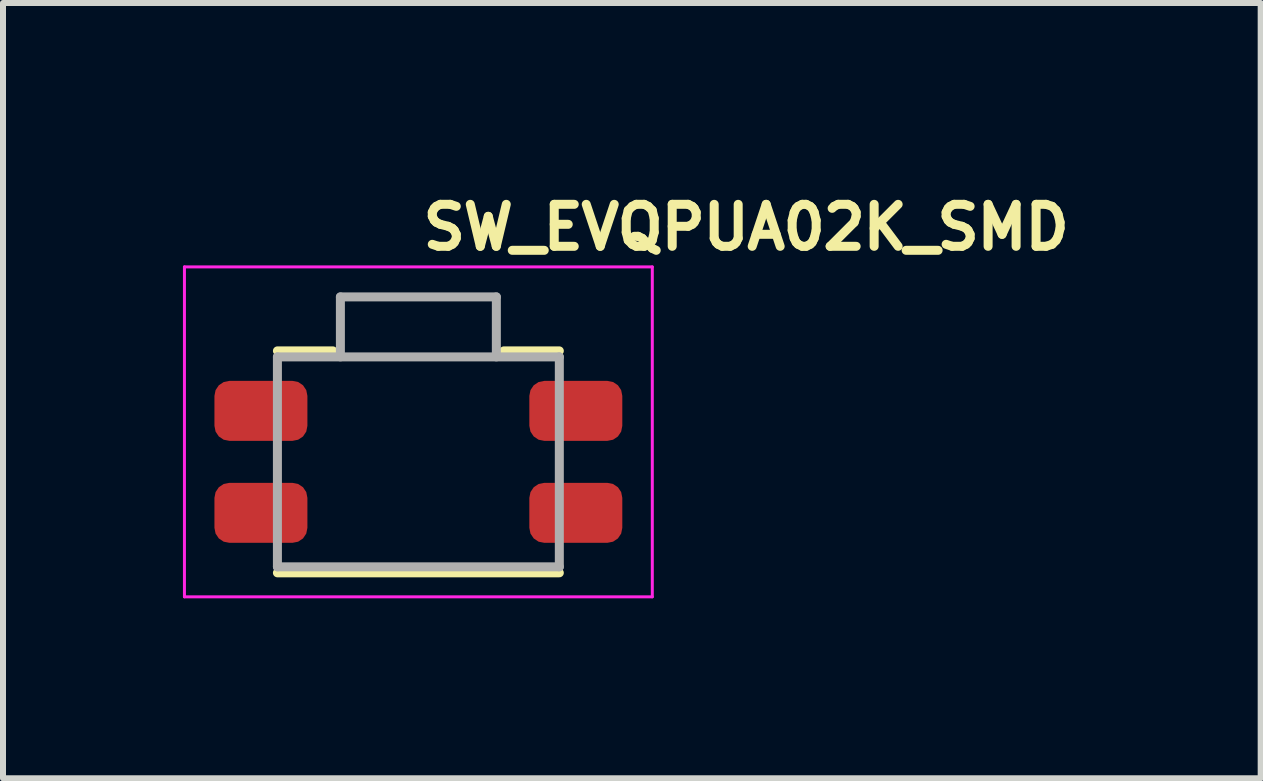
<source format=kicad_pcb>
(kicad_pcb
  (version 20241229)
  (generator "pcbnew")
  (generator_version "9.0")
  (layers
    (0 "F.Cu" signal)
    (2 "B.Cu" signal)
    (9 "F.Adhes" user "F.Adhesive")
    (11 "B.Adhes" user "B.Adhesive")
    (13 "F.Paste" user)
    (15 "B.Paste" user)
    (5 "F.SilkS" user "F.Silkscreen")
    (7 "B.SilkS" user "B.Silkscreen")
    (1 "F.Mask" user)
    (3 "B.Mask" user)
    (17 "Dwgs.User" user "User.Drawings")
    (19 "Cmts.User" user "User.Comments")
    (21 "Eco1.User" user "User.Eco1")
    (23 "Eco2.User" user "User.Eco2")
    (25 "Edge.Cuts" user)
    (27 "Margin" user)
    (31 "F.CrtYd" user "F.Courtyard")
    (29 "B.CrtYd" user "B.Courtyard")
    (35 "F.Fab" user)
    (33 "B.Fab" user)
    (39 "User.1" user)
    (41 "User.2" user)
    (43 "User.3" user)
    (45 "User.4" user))
  (footprint "SW_EVQPUA02K_SMD"
    (layer "F.Cu")
    (at 3.925 4.65)
    (property "Reference" "SW_EVQPUA02K_SMD" (at 0 -3.5 0) (layer "F.SilkS") (effects (font (size 0.7 0.7) (thickness 0.15)) (justify left bottom)))
    (attr smd)
    (fp_line (start -1.425 -1.85) (end -2.35 -1.85) (stroke (width 0.15) (type solid)) (layer "F.SilkS"))
    (fp_line (start 2.35 -1.85) (end 1.425 -1.85) (stroke (width 0.15) (type solid)) (layer "F.SilkS"))
    (fp_line (start 2.35 1.85) (end -2.35 1.85) (stroke (width 0.15) (type solid)) (layer "F.SilkS"))
    (fp_line (start -3.9 2.25) (end -3.9 -3.25) (stroke (width 0.05) (type solid)) (layer "F.CrtYd"))
    (fp_line (start 3.9 -3.25) (end -3.9 -3.25) (stroke (width 0.05) (type solid)) (layer "F.CrtYd"))
    (fp_line (start 3.9 2.25) (end -3.9 2.25) (stroke (width 0.05) (type solid)) (layer "F.CrtYd"))
    (fp_line (start 3.9 2.25) (end 3.9 -3.25) (stroke (width 0.05) (type solid)) (layer "F.CrtYd"))
    (fp_line (start -2.35 1.75) (end -2.35 -1.75) (stroke (width 0.15) (type solid)) (layer "F.Fab"))
    (fp_line (start -1.3 -2.75) (end -1.3 -1.75) (stroke (width 0.15) (type solid)) (layer "F.Fab"))
    (fp_line (start 1.3 -2.75) (end -1.3 -2.75) (stroke (width 0.15) (type solid)) (layer "F.Fab"))
    (fp_line (start 1.3 -2.75) (end 1.3 -1.75) (stroke (width 0.15) (type solid)) (layer "F.Fab"))
    (fp_line (start 2.35 -1.75) (end -2.35 -1.75) (stroke (width 0.15) (type solid)) (layer "F.Fab"))
    (fp_line (start 2.35 1.75) (end -2.35 1.75) (stroke (width 0.15) (type solid)) (layer "F.Fab"))
    (fp_line (start 2.35 1.75) (end 2.35 -1.75) (stroke (width 0.15) (type solid)) (layer "F.Fab"))
    (fp_rect (start -3.2 -2.75) (end 3.2 1.79) (stroke (width 0.15) (type solid)) (fill no) (layer "User.5"))
    (fp_line (start -3.2 -1.15) (end -2.35 -1.15) (stroke (width 0.01) (type solid)) (layer "User.9"))
    (fp_line (start -3.2 -0.55) (end -3.2 -1.15) (stroke (width 0.01) (type solid)) (layer "User.9"))
    (fp_line (start -3.2 -0.55) (end -2.35 -0.55) (stroke (width 0.01) (type solid)) (layer "User.9"))
    (fp_line (start -3.2 0.55) (end -2.35 0.55) (stroke (width 0.01) (type solid)) (layer "User.9"))
    (fp_line (start -3.2 1.15) (end -3.2 0.55) (stroke (width 0.01) (type solid)) (layer "User.9"))
    (fp_line (start -3.2 1.15) (end -2.35 1.15) (stroke (width 0.01) (type solid)) (layer "User.9"))
    (fp_line (start -2.35 -1.75) (end -2.35 -1.752) (stroke (width 0.01) (type solid)) (layer "User.9"))
    (fp_line (start -2.35 -1.75) (end -1.7 -1.75) (stroke (width 0.01) (type solid)) (layer "User.9"))
    (fp_line (start -2.35 -1.6) (end -2.35 -1.75) (stroke (width 0.01) (type solid)) (layer "User.9"))
    (fp_line (start -2.35 -0.425) (end -2.35 -1.6) (stroke (width 0.01) (type solid)) (layer "User.9"))
    (fp_line (start -2.35 -0.425) (end -2.35 0.425) (stroke (width 0.01) (type solid)) (layer "User.9"))
    (fp_line (start -2.35 0.425) (end -2.15 0.425) (stroke (width 0.01) (type solid)) (layer "User.9"))
    (fp_line (start -2.35 1.6) (end -2.35 0.425) (stroke (width 0.01) (type solid)) (layer "User.9"))
    (fp_line (start -2.35 1.6) (end -1.7 1.6) (stroke (width 0.01) (type solid)) (layer "User.9"))
    (fp_line (start -2.35 1.75) (end -2.35 1.6) (stroke (width 0.01) (type solid)) (layer "User.9"))
    (fp_line (start -2.35 1.752) (end -2.35 1.75) (stroke (width 0.01) (type solid)) (layer "User.9"))
    (fp_line (start -2.35 1.752) (end -2.25 1.752) (stroke (width 0.01) (type solid)) (layer "User.9"))
    (fp_line (start -2.343 -0.4) (end -2.299 -0.4) (stroke (width 0.01) (type solid)) (layer "User.9"))
    (fp_line (start -2.343 0.4) (end -2.343 -0.4) (stroke (width 0.01) (type solid)) (layer "User.9"))
    (fp_line (start -2.3 -1.409) (end -2.3 -0.9) (stroke (width 0.01) (type solid)) (layer "User.9"))
    (fp_line (start -2.3 -0.9) (end -2.15 -0.9) (stroke (width 0.01) (type solid)) (layer "User.9"))
    (fp_line (start -2.3 0.9) (end -2.3 1.391) (stroke (width 0.01) (type solid)) (layer "User.9"))
    (fp_line (start -2.3 1.391) (end -2.15 1.391) (stroke (width 0.01) (type solid)) (layer "User.9"))
    (fp_line (start -2.299 0.4) (end -2.343 0.4) (stroke (width 0.01) (type solid)) (layer "User.9"))
    (fp_line (start -2.299 0.4) (end -2.299 -0.4) (stroke (width 0.01) (type solid)) (layer "User.9"))
    (fp_line (start -2.299 0.4) (end -2.15 0.4) (stroke (width 0.01) (type solid)) (layer "User.9"))
    (fp_line (start -2.25 -1.784) (end -2.25 -1.773) (stroke (width 0.01) (type solid)) (layer "User.9"))
    (fp_line (start -2.25 -1.773) (end -2.25 -1.773) (stroke (width 0.01) (type solid)) (layer "User.9"))
    (fp_line (start -2.25 -1.773) (end -1.7 -1.773) (stroke (width 0.01) (type solid)) (layer "User.9"))
    (fp_line (start -2.25 -1.752) (end -2.25 -1.773) (stroke (width 0.01) (type solid)) (layer "User.9"))
    (fp_line (start -2.25 1.75) (end -2.25 1.772) (stroke (width 0.01) (type solid)) (layer "User.9"))
    (fp_line (start -2.25 1.772) (end -2.25 1.784) (stroke (width 0.01) (type solid)) (layer "User.9"))
    (fp_line (start -2.25 1.784) (end -2.25 1.784) (stroke (width 0.01) (type solid)) (layer "User.9"))
    (fp_line (start -2.25 1.784) (end -2.25 1.784) (stroke (width 0.01) (type solid)) (layer "User.9"))
    (fp_line (start -2.25 -1.784) (end -2.25 -1.784) (stroke (width 0.01) (type solid)) (layer "User.9"))
    (fp_line (start -2.25 1.784) (end -2.25 1.784) (stroke (width 0.01) (type solid)) (layer "User.9"))
    (fp_line (start -2.25 1.784) (end -2.249 1.784) (stroke (width 0.01) (type solid)) (layer "User.9"))
    (fp_line (start -2.249 -1.784) (end -2.25 -1.784) (stroke (width 0.01) (type solid)) (layer "User.9"))
    (fp_line (start -2.249 1.784) (end -2.249 1.784) (stroke (width 0.01) (type solid)) (layer "User.9"))
    (fp_line (start -2.249 1.784) (end -2.248 1.785) (stroke (width 0.01) (type solid)) (layer "User.9"))
    (fp_line (start -2.248 -1.785) (end -2.249 -1.784) (stroke (width 0.01) (type solid)) (layer "User.9"))
    (fp_line (start -2.248 1.785) (end -2.247 1.785) (stroke (width 0.01) (type solid)) (layer "User.9"))
    (fp_line (start -2.247 -1.785) (end -2.248 -1.785) (stroke (width 0.01) (type solid)) (layer "User.9"))
    (fp_line (start -2.247 1.785) (end -2.246 1.785) (stroke (width 0.01) (type solid)) (layer "User.9"))
    (fp_line (start -2.246 1.785) (end -2.244 1.786) (stroke (width 0.01) (type solid)) (layer "User.9"))
    (fp_line (start -2.244 -1.786) (end -2.247 -1.785) (stroke (width 0.01) (type solid)) (layer "User.9"))
    (fp_line (start -2.244 1.786) (end -2.242 1.786) (stroke (width 0.01) (type solid)) (layer "User.9"))
    (fp_line (start -2.242 1.786) (end -2.239 1.786) (stroke (width 0.01) (type solid)) (layer "User.9"))
    (fp_line (start -2.239 -1.786) (end -2.244 -1.786) (stroke (width 0.01) (type solid)) (layer "User.9"))
    (fp_line (start -2.239 1.786) (end -2.236 1.786) (stroke (width 0.01) (type solid)) (layer "User.9"))
    (fp_line (start -2.236 1.786) (end -2.233 1.787) (stroke (width 0.01) (type solid)) (layer "User.9"))
    (fp_line (start -2.233 -1.787) (end -2.239 -1.786) (stroke (width 0.01) (type solid)) (layer "User.9"))
    (fp_line (start -2.233 1.787) (end -2.23 1.787) (stroke (width 0.01) (type solid)) (layer "User.9"))
    (fp_line (start -2.23 1.787) (end -2.226 1.787) (stroke (width 0.01) (type solid)) (layer "User.9"))
    (fp_line (start -2.226 -1.787) (end -2.233 -1.787) (stroke (width 0.01) (type solid)) (layer "User.9"))
    (fp_line (start -2.226 1.787) (end -2.218 1.788) (stroke (width 0.01) (type solid)) (layer "User.9"))
    (fp_line (start -2.218 -1.788) (end -2.226 -1.787) (stroke (width 0.01) (type solid)) (layer "User.9"))
    (fp_line (start -2.218 1.788) (end -2.208 1.788) (stroke (width 0.01) (type solid)) (layer "User.9"))
    (fp_line (start -2.208 -1.788) (end -2.218 -1.788) (stroke (width 0.01) (type solid)) (layer "User.9"))
    (fp_line (start -2.208 -1.788) (end -2.208 -1.788) (stroke (width 0.01) (type solid)) (layer "User.9"))
    (fp_line (start -2.208 1.788) (end -2.208 1.788) (stroke (width 0.01) (type solid)) (layer "User.9"))
    (fp_line (start -2.208 1.788) (end -2.187 1.789) (stroke (width 0.01) (type solid)) (layer "User.9"))
    (fp_line (start -2.187 -1.789) (end -2.208 -1.788) (stroke (width 0.01) (type solid)) (layer "User.9"))
    (fp_line (start -2.187 1.789) (end -2.162 1.79) (stroke (width 0.01) (type solid)) (layer "User.9"))
    (fp_line (start -2.162 -1.79) (end -2.187 -1.789) (stroke (width 0.01) (type solid)) (layer "User.9"))
    (fp_line (start -2.162 1.79) (end -2.135 1.79) (stroke (width 0.01) (type solid)) (layer "User.9"))
    (fp_line (start -2.15 -1.522) (end -2.15 -1.409) (stroke (width 0.01) (type solid)) (layer "User.9"))
    (fp_line (start -2.15 -1.409) (end -2.3 -1.409) (stroke (width 0.01) (type solid)) (layer "User.9"))
    (fp_line (start -2.15 -0.9) (end -2.15 -0.4) (stroke (width 0.01) (type solid)) (layer "User.9"))
    (fp_line (start -2.15 -0.425) (end -2.35 -0.425) (stroke (width 0.01) (type solid)) (layer "User.9"))
    (fp_line (start -2.15 -0.4) (end -2.299 -0.4) (stroke (width 0.01) (type solid)) (layer "User.9"))
    (fp_line (start -2.15 0.4) (end -2.15 0.9) (stroke (width 0.01) (type solid)) (layer "User.9"))
    (fp_line (start -2.15 0.9) (end -2.3 0.9) (stroke (width 0.01) (type solid)) (layer "User.9"))
    (fp_line (start -2.15 1.391) (end -2.15 1.574) (stroke (width 0.01) (type solid)) (layer "User.9"))
    (fp_line (start -2.15 1.574) (end -1.7 1.574) (stroke (width 0.01) (type solid)) (layer "User.9"))
    (fp_line (start -2.135 -1.79) (end -2.162 -1.79) (stroke (width 0.01) (type solid)) (layer "User.9"))
    (fp_line (start -2.135 1.79) (end -2.107 1.79) (stroke (width 0.01) (type solid)) (layer "User.9"))
    (fp_line (start -2.107 -1.79) (end -2.135 -1.79) (stroke (width 0.01) (type solid)) (layer "User.9"))
    (fp_line (start -2.107 -1.79) (end -1.468 -1.79) (stroke (width 0.01) (type solid)) (layer "User.9"))
    (fp_line (start -1.7 -1.752) (end -2.35 -1.752) (stroke (width 0.01) (type solid)) (layer "User.9"))
    (fp_line (start -1.7 -1.751) (end -1.7 -1.773) (stroke (width 0.01) (type solid)) (layer "User.9"))
    (fp_line (start -1.7 -1.75) (end -1.7 -1.751) (stroke (width 0.01) (type solid)) (layer "User.9"))
    (fp_line (start -1.7 -1.75) (end -1.7 -1.6) (stroke (width 0.01) (type solid)) (layer "User.9"))
    (fp_line (start -1.7 -1.716) (end -1.7 -1.75) (stroke (width 0.01) (type solid)) (layer "User.9"))
    (fp_line (start -1.7 -1.6) (end -2.35 -1.6) (stroke (width 0.01) (type solid)) (layer "User.9"))
    (fp_line (start -1.7 -1.57) (end -1.7 -1.716) (stroke (width 0.01) (type solid)) (layer "User.9"))
    (fp_line (start -1.7 -1.57) (end -1.7 -1.522) (stroke (width 0.01) (type solid)) (layer "User.9"))
    (fp_line (start -1.7 -1.522) (end -2.15 -1.522) (stroke (width 0.01) (type solid)) (layer "User.9"))
    (fp_line (start -1.7 1.574) (end -2.15 1.574) (stroke (width 0.01) (type solid)) (layer "User.9"))
    (fp_line (start -1.7 1.574) (end -1.7 1.618) (stroke (width 0.01) (type solid)) (layer "User.9"))
    (fp_line (start -1.7 1.748) (end -1.7 1.618) (stroke (width 0.01) (type solid)) (layer "User.9"))
    (fp_line (start -1.7 1.748) (end -1.7 1.772) (stroke (width 0.01) (type solid)) (layer "User.9"))
    (fp_line (start -1.7 1.75) (end -2.35 1.75) (stroke (width 0.01) (type solid)) (layer "User.9"))
    (fp_line (start -1.7 1.75) (end -2.25 1.75) (stroke (width 0.01) (type solid)) (layer "User.9"))
    (fp_line (start -1.7 1.772) (end -2.25 1.772) (stroke (width 0.01) (type solid)) (layer "User.9"))
    (fp_line (start -1.493 1.79) (end -2.107 1.79) (stroke (width 0.01) (type solid)) (layer "User.9"))
    (fp_line (start -1.493 1.79) (end -1.465 1.79) (stroke (width 0.01) (type solid)) (layer "User.9"))
    (fp_line (start -1.465 1.79) (end -1.438 1.79) (stroke (width 0.01) (type solid)) (layer "User.9"))
    (fp_line (start -1.44 -1.79) (end -1.468 -1.79) (stroke (width 0.01) (type solid)) (layer "User.9"))
    (fp_line (start -1.438 1.79) (end -1.413 1.789) (stroke (width 0.01) (type solid)) (layer "User.9"))
    (fp_line (start -1.413 1.789) (end -1.392 1.788) (stroke (width 0.01) (type solid)) (layer "User.9"))
    (fp_line (start -1.413 -1.79) (end -1.44 -1.79) (stroke (width 0.01) (type solid)) (layer "User.9"))
    (fp_line (start -1.392 1.788) (end -1.392 1.788) (stroke (width 0.01) (type solid)) (layer "User.9"))
    (fp_line (start -1.392 1.788) (end -1.382 1.788) (stroke (width 0.01) (type solid)) (layer "User.9"))
    (fp_line (start -1.388 -1.789) (end -1.413 -1.79) (stroke (width 0.01) (type solid)) (layer "User.9"))
    (fp_line (start -1.382 1.788) (end -1.374 1.787) (stroke (width 0.01) (type solid)) (layer "User.9"))
    (fp_line (start -1.374 1.787) (end -1.367 1.787) (stroke (width 0.01) (type solid)) (layer "User.9"))
    (fp_line (start -1.367 1.787) (end -1.361 1.786) (stroke (width 0.01) (type solid)) (layer "User.9"))
    (fp_line (start -1.367 -1.788) (end -1.388 -1.789) (stroke (width 0.01) (type solid)) (layer "User.9"))
    (fp_line (start -1.367 -1.788) (end -1.367 -1.788) (stroke (width 0.01) (type solid)) (layer "User.9"))
    (fp_line (start -1.361 1.786) (end -1.356 1.786) (stroke (width 0.01) (type solid)) (layer "User.9"))
    (fp_line (start -1.357 -1.788) (end -1.367 -1.788) (stroke (width 0.01) (type solid)) (layer "User.9"))
    (fp_line (start -1.356 1.786) (end -1.353 1.785) (stroke (width 0.01) (type solid)) (layer "User.9"))
    (fp_line (start -1.353 1.785) (end -1.352 1.785) (stroke (width 0.01) (type solid)) (layer "User.9"))
    (fp_line (start -1.352 1.785) (end -1.351 1.784) (stroke (width 0.01) (type solid)) (layer "User.9"))
    (fp_line (start -1.351 1.784) (end -1.35 1.784) (stroke (width 0.01) (type solid)) (layer "User.9"))
    (fp_line (start -1.35 1.784) (end -1.35 1.784) (stroke (width 0.01) (type solid)) (layer "User.9"))
    (fp_line (start -1.35 1.784) (end -1.35 1.761) (stroke (width 0.01) (type solid)) (layer "User.9"))
    (fp_line (start -1.35 1.784) (end -1.35 1.761) (stroke (width 0.01) (type solid)) (layer "User.9"))
    (fp_line (start -1.349 -1.787) (end -1.357 -1.788) (stroke (width 0.01) (type solid)) (layer "User.9"))
    (fp_line (start -1.345 -1.787) (end -1.349 -1.787) (stroke (width 0.01) (type solid)) (layer "User.9"))
    (fp_line (start -1.342 -1.787) (end -1.345 -1.787) (stroke (width 0.01) (type solid)) (layer "User.9"))
    (fp_line (start -1.339 -1.786) (end -1.342 -1.787) (stroke (width 0.01) (type solid)) (layer "User.9"))
    (fp_line (start -1.336 -1.786) (end -1.339 -1.786) (stroke (width 0.01) (type solid)) (layer "User.9"))
    (fp_line (start -1.333 -1.786) (end -1.336 -1.786) (stroke (width 0.01) (type solid)) (layer "User.9"))
    (fp_line (start -1.331 -1.786) (end -1.333 -1.786) (stroke (width 0.01) (type solid)) (layer "User.9"))
    (fp_line (start -1.329 -1.785) (end -1.331 -1.786) (stroke (width 0.01) (type solid)) (layer "User.9"))
    (fp_line (start -1.328 -1.785) (end -1.329 -1.785) (stroke (width 0.01) (type solid)) (layer "User.9"))
    (fp_line (start -1.327 -1.785) (end -1.328 -1.785) (stroke (width 0.01) (type solid)) (layer "User.9"))
    (fp_line (start -1.326 -1.784) (end -1.327 -1.785) (stroke (width 0.01) (type solid)) (layer "User.9"))
    (fp_line (start -1.326 -1.784) (end -1.326 -1.784) (stroke (width 0.01) (type solid)) (layer "User.9"))
    (fp_line (start -1.325 -1.784) (end -1.326 -1.784) (stroke (width 0.01) (type solid)) (layer "User.9"))
    (fp_line (start -1.325 -1.784) (end -1.325 -1.784) (stroke (width 0.01) (type solid)) (layer "User.9"))
    (fp_line (start -1.325 -1.784) (end -1.325 -1.784) (stroke (width 0.01) (type solid)) (layer "User.9"))
    (fp_line (start -1.325 -1.784) (end -1.325 -1.784) (stroke (width 0.01) (type solid)) (layer "User.9"))
    (fp_line (start -1.325 -1.784) (end -1.325 -1.773) (stroke (width 0.01) (type solid)) (layer "User.9"))
    (fp_line (start -1.325 -1.773) (end -1.325 -1.751) (stroke (width 0.01) (type solid)) (layer "User.9"))
    (fp_line (start -1.325 -1.751) (end -1.325 -1.569) (stroke (width 0.01) (type solid)) (layer "User.9"))
    (fp_line (start -1.325 -1.641) (end -1.325 -1.641) (stroke (width 0.01) (type solid)) (layer "User.9"))
    (fp_line (start -1.325 -1.57) (end -1.7 -1.57) (stroke (width 0.01) (type solid)) (layer "User.9"))
    (fp_line (start -1.325 -1.569) (end -1.325 -1.55) (stroke (width 0.01) (type solid)) (layer "User.9"))
    (fp_line (start -1.325 -1.55) (end -1.324 -1.545) (stroke (width 0.01) (type solid)) (layer "User.9"))
    (fp_line (start -1.324 -1.546) (end -1.325 -1.55) (stroke (width 0.01) (type solid)) (layer "User.9"))
    (fp_line (start -1.323 -1.541) (end -1.324 -1.546) (stroke (width 0.01) (type solid)) (layer "User.9"))
    (fp_line (start -1.321 -1.537) (end -1.323 -1.541) (stroke (width 0.01) (type solid)) (layer "User.9"))
    (fp_line (start -1.321 -1.537) (end -1.319 -1.533) (stroke (width 0.01) (type solid)) (layer "User.9"))
    (fp_line (start -1.319 -1.533) (end -1.321 -1.537) (stroke (width 0.01) (type solid)) (layer "User.9"))
    (fp_line (start -1.318 -1.53) (end -1.309 -1.517) (stroke (width 0.01) (type solid)) (layer "User.9"))
    (fp_line (start -1.317 -1.529) (end -1.319 -1.533) (stroke (width 0.01) (type solid)) (layer "User.9"))
    (fp_line (start -1.315 -1.525) (end -1.317 -1.529) (stroke (width 0.01) (type solid)) (layer "User.9"))
    (fp_line (start -1.312 -1.521) (end -1.315 -1.525) (stroke (width 0.01) (type solid)) (layer "User.9"))
    (fp_line (start -1.309 -1.517) (end -1.312 -1.521) (stroke (width 0.01) (type solid)) (layer "User.9"))
    (fp_line (start -1.305 -1.514) (end -1.309 -1.517) (stroke (width 0.01) (type solid)) (layer "User.9"))
    (fp_line (start -1.304 -1.512) (end -1.294 -1.506) (stroke (width 0.01) (type solid)) (layer "User.9"))
    (fp_line (start -1.304 -1.513) (end -1.305 -1.514) (stroke (width 0.01) (type solid)) (layer "User.9"))
    (fp_line (start -1.302 -1.511) (end -1.304 -1.513) (stroke (width 0.01) (type solid)) (layer "User.9"))
    (fp_line (start -1.3 -2.75) (end -1.3 -2.25) (stroke (width 0.01) (type solid)) (layer "User.9"))
    (fp_line (start -1.3 -2.25) (end -1.2 -2.25) (stroke (width 0.01) (type solid)) (layer "User.9"))
    (fp_line (start -1.3 -2.15) (end -1.3 -2.25) (stroke (width 0.01) (type solid)) (layer "User.9"))
    (fp_line (start -1.3 -1.51) (end -1.302 -1.511) (stroke (width 0.01) (type solid)) (layer "User.9"))
    (fp_line (start -1.298 -1.508) (end -1.3 -1.51) (stroke (width 0.01) (type solid)) (layer "User.9"))
    (fp_line (start -1.296 -1.507) (end -1.298 -1.508) (stroke (width 0.01) (type solid)) (layer "User.9"))
    (fp_line (start -1.294 -1.506) (end -1.296 -1.507) (stroke (width 0.01) (type solid)) (layer "User.9"))
    (fp_line (start -1.292 -1.505) (end -1.29 -1.505) (stroke (width 0.01) (type solid)) (layer "User.9"))
    (fp_line (start -1.292 -1.505) (end -1.294 -1.506) (stroke (width 0.01) (type solid)) (layer "User.9"))
    (fp_line (start -1.29 -1.505) (end -1.289 -1.504) (stroke (width 0.01) (type solid)) (layer "User.9"))
    (fp_line (start -1.289 -1.504) (end -1.292 -1.505) (stroke (width 0.01) (type solid)) (layer "User.9"))
    (fp_line (start -1.289 -1.504) (end -1.287 -1.503) (stroke (width 0.01) (type solid)) (layer "User.9"))
    (fp_line (start -1.287 -1.503) (end -1.289 -1.504) (stroke (width 0.01) (type solid)) (layer "User.9"))
    (fp_line (start -1.287 -1.503) (end -1.285 -1.503) (stroke (width 0.01) (type solid)) (layer "User.9"))
    (fp_line (start -1.285 -1.502) (end -1.287 -1.503) (stroke (width 0.01) (type solid)) (layer "User.9"))
    (fp_line (start -1.285 -1.503) (end -1.283 -1.502) (stroke (width 0.01) (type solid)) (layer "User.9"))
    (fp_line (start -1.283 -1.502) (end -1.28 -1.501) (stroke (width 0.01) (type solid)) (layer "User.9"))
    (fp_line (start -1.282 -1.501) (end -1.285 -1.502) (stroke (width 0.01) (type solid)) (layer "User.9"))
    (fp_line (start -1.28 -1.501) (end -1.278 -1.501) (stroke (width 0.01) (type solid)) (layer "User.9"))
    (fp_line (start -1.28 -1.501) (end -1.282 -1.501) (stroke (width 0.01) (type solid)) (layer "User.9"))
    (fp_line (start -1.278 -1.501) (end -1.275 -1.5) (stroke (width 0.01) (type solid)) (layer "User.9"))
    (fp_line (start -1.278 -1.5) (end -1.28 -1.501) (stroke (width 0.01) (type solid)) (layer "User.9"))
    (fp_line (start -1.275 -1.5) (end -1.278 -1.5) (stroke (width 0.01) (type solid)) (layer "User.9"))
    (fp_line (start -1.2 -2.25) (end -1.2 -2.15) (stroke (width 0.01) (type solid)) (layer "User.9"))
    (fp_line (start -1.2 -2.25) (end 1.2 -2.25) (stroke (width 0.01) (type solid)) (layer "User.9"))
    (fp_line (start -1.2 -2.15) (end -1.3 -2.15) (stroke (width 0.01) (type solid)) (layer "User.9"))
    (fp_line (start -1.2 -2.15) (end -1.2 -1.5) (stroke (width 0.01) (type solid)) (layer "User.9"))
    (fp_line (start -1.2 -1.6) (end -1.325 -1.6) (stroke (width 0.01) (type solid)) (layer "User.9"))
    (fp_line (start -0.75 -0.427) (end -0.75 0.537) (stroke (width 0.01) (type solid)) (layer "User.9"))
    (fp_line (start -0.75 -0.427) (end -0.75 -0.434) (stroke (width 0.01) (type solid)) (layer "User.9"))
    (fp_line (start -0.75 1.756) (end -0.75 1.761) (stroke (width 0.01) (type solid)) (layer "User.9"))
    (fp_line (start -0.75 1.761) (end -1.35 1.761) (stroke (width 0.01) (type solid)) (layer "User.9"))
    (fp_line (start -0.75 -0.434) (end -0.749 -0.441) (stroke (width 0.01) (type solid)) (layer "User.9"))
    (fp_line (start -0.75 0.544) (end -0.75 0.537) (stroke (width 0.01) (type solid)) (layer "User.9"))
    (fp_line (start -0.749 -0.441) (end -0.749 -0.447) (stroke (width 0.01) (type solid)) (layer "User.9"))
    (fp_line (start -0.749 0.552) (end -0.75 0.544) (stroke (width 0.01) (type solid)) (layer "User.9"))
    (fp_line (start -0.749 -0.447) (end -0.748 -0.454) (stroke (width 0.01) (type solid)) (layer "User.9"))
    (fp_line (start -0.748 0.558) (end -0.749 0.552) (stroke (width 0.01) (type solid)) (layer "User.9"))
    (fp_line (start -0.748 -0.454) (end -0.746 -0.46) (stroke (width 0.01) (type solid)) (layer "User.9"))
    (fp_line (start -0.747 0.565) (end -0.748 0.558) (stroke (width 0.01) (type solid)) (layer "User.9"))
    (fp_line (start -0.746 -0.46) (end -0.745 -0.466) (stroke (width 0.01) (type solid)) (layer "User.9"))
    (fp_line (start -0.746 0.572) (end -0.747 0.565) (stroke (width 0.01) (type solid)) (layer "User.9"))
    (fp_line (start -0.745 -0.466) (end -0.743 -0.473) (stroke (width 0.01) (type solid)) (layer "User.9"))
    (fp_line (start -0.744 0.579) (end -0.746 0.572) (stroke (width 0.01) (type solid)) (layer "User.9"))
    (fp_line (start -0.743 -0.473) (end -0.741 -0.479) (stroke (width 0.01) (type solid)) (layer "User.9"))
    (fp_line (start -0.742 0.585) (end -0.744 0.579) (stroke (width 0.01) (type solid)) (layer "User.9"))
    (fp_line (start -0.741 -0.479) (end -0.738 -0.485) (stroke (width 0.01) (type solid)) (layer "User.9"))
    (fp_line (start -0.739 0.592) (end -0.742 0.585) (stroke (width 0.01) (type solid)) (layer "User.9"))
    (fp_line (start -0.738 -0.485) (end -0.735 -0.49) (stroke (width 0.01) (type solid)) (layer "User.9"))
    (fp_line (start -0.736 0.598) (end -0.739 0.592) (stroke (width 0.01) (type solid)) (layer "User.9"))
    (fp_line (start -0.735 -0.49) (end -0.732 -0.496) (stroke (width 0.01) (type solid)) (layer "User.9"))
    (fp_line (start -0.733 0.605) (end -0.736 0.598) (stroke (width 0.01) (type solid)) (layer "User.9"))
    (fp_line (start -0.732 -0.496) (end -0.729 -0.501) (stroke (width 0.01) (type solid)) (layer "User.9"))
    (fp_line (start -0.73 0.611) (end -0.733 0.605) (stroke (width 0.01) (type solid)) (layer "User.9"))
    (fp_line (start -0.729 -0.501) (end -0.726 -0.507) (stroke (width 0.01) (type solid)) (layer "User.9"))
    (fp_line (start -0.726 0.617) (end -0.73 0.611) (stroke (width 0.01) (type solid)) (layer "User.9"))
    (fp_line (start -0.726 -0.507) (end -0.722 -0.512) (stroke (width 0.01) (type solid)) (layer "User.9"))
    (fp_line (start -0.722 -0.512) (end -0.718 -0.517) (stroke (width 0.01) (type solid)) (layer "User.9"))
    (fp_line (start -0.722 0.622) (end -0.726 0.617) (stroke (width 0.01) (type solid)) (layer "User.9"))
    (fp_line (start -0.718 -0.517) (end -0.714 -0.522) (stroke (width 0.01) (type solid)) (layer "User.9"))
    (fp_line (start -0.718 0.628) (end -0.722 0.622) (stroke (width 0.01) (type solid)) (layer "User.9"))
    (fp_line (start -0.714 -0.522) (end -0.71 -0.526) (stroke (width 0.01) (type solid)) (layer "User.9"))
    (fp_line (start -0.713 0.633) (end -0.718 0.628) (stroke (width 0.01) (type solid)) (layer "User.9"))
    (fp_line (start -0.71 -0.526) (end -0.705 -0.531) (stroke (width 0.01) (type solid)) (layer "User.9"))
    (fp_line (start -0.708 0.638) (end -0.713 0.633) (stroke (width 0.01) (type solid)) (layer "User.9"))
    (fp_line (start -0.708 0.638) (end -0.708 0.638) (stroke (width 0.01) (type solid)) (layer "User.9"))
    (fp_line (start -0.705 -0.531) (end -0.701 -0.535) (stroke (width 0.01) (type solid)) (layer "User.9"))
    (fp_line (start -0.703 0.643) (end -0.708 0.638) (stroke (width 0.01) (type solid)) (layer "User.9"))
    (fp_line (start -0.701 -0.535) (end -0.696 -0.539) (stroke (width 0.01) (type solid)) (layer "User.9"))
    (fp_line (start -0.698 0.648) (end -0.703 0.643) (stroke (width 0.01) (type solid)) (layer "User.9"))
    (fp_line (start -0.696 -0.539) (end -0.691 -0.543) (stroke (width 0.01) (type solid)) (layer "User.9"))
    (fp_line (start -0.692 0.652) (end -0.698 0.648) (stroke (width 0.01) (type solid)) (layer "User.9"))
    (fp_line (start -0.691 -0.543) (end -0.686 -0.547) (stroke (width 0.01) (type solid)) (layer "User.9"))
    (fp_line (start -0.687 0.656) (end -0.692 0.652) (stroke (width 0.01) (type solid)) (layer "User.9"))
    (fp_line (start -0.686 -0.547) (end -0.68 -0.55) (stroke (width 0.01) (type solid)) (layer "User.9"))
    (fp_line (start -0.681 0.66) (end -0.687 0.656) (stroke (width 0.01) (type solid)) (layer "User.9"))
    (fp_line (start -0.68 -0.55) (end -0.675 -0.553) (stroke (width 0.01) (type solid)) (layer "User.9"))
    (fp_line (start -0.675 -0.553) (end -0.669 -0.556) (stroke (width 0.01) (type solid)) (layer "User.9"))
    (fp_line (start -0.675 0.663) (end -0.681 0.66) (stroke (width 0.01) (type solid)) (layer "User.9"))
    (fp_line (start -0.669 -0.556) (end -0.663 -0.559) (stroke (width 0.01) (type solid)) (layer "User.9"))
    (fp_line (start -0.668 0.666) (end -0.675 0.663) (stroke (width 0.01) (type solid)) (layer "User.9"))
    (fp_line (start -0.663 -0.559) (end -0.657 -0.561) (stroke (width 0.01) (type solid)) (layer "User.9"))
    (fp_line (start -0.662 0.669) (end -0.668 0.666) (stroke (width 0.01) (type solid)) (layer "User.9"))
    (fp_line (start -0.657 -0.561) (end -0.651 -0.563) (stroke (width 0.01) (type solid)) (layer "User.9"))
    (fp_line (start -0.655 0.672) (end -0.662 0.669) (stroke (width 0.01) (type solid)) (layer "User.9"))
    (fp_line (start -0.651 -0.563) (end -0.645 -0.565) (stroke (width 0.01) (type solid)) (layer "User.9"))
    (fp_line (start -0.649 0.674) (end -0.655 0.672) (stroke (width 0.01) (type solid)) (layer "User.9"))
    (fp_line (start -0.645 -0.565) (end -0.638 -0.567) (stroke (width 0.01) (type solid)) (layer "User.9"))
    (fp_line (start -0.642 0.676) (end -0.649 0.674) (stroke (width 0.01) (type solid)) (layer "User.9"))
    (fp_line (start -0.638 -0.567) (end -0.632 -0.568) (stroke (width 0.01) (type solid)) (layer "User.9"))
    (fp_line (start -0.635 0.677) (end -0.642 0.676) (stroke (width 0.01) (type solid)) (layer "User.9"))
    (fp_line (start -0.632 -0.568) (end -0.625 -0.569) (stroke (width 0.01) (type solid)) (layer "User.9"))
    (fp_line (start -0.628 0.678) (end -0.635 0.677) (stroke (width 0.01) (type solid)) (layer "User.9"))
    (fp_line (start -0.625 -0.569) (end -0.618 -0.568) (stroke (width 0.01) (type solid)) (layer "User.9"))
    (fp_line (start -0.622 0.679) (end -0.628 0.678) (stroke (width 0.01) (type solid)) (layer "User.9"))
    (fp_line (start -0.618 -0.568) (end -0.612 -0.567) (stroke (width 0.01) (type solid)) (layer "User.9"))
    (fp_line (start -0.614 0.68) (end -0.622 0.679) (stroke (width 0.01) (type solid)) (layer "User.9"))
    (fp_line (start -0.612 -0.567) (end -0.605 -0.565) (stroke (width 0.01) (type solid)) (layer "User.9"))
    (fp_line (start -0.607 0.68) (end -0.614 0.68) (stroke (width 0.01) (type solid)) (layer "User.9"))
    (fp_line (start -0.605 -0.565) (end -0.599 -0.563) (stroke (width 0.01) (type solid)) (layer "User.9"))
    (fp_line (start -0.6 -2.15) (end -0.3 -2.15) (stroke (width 0.01) (type solid)) (layer "User.9"))
    (fp_line (start -0.6 -1.75) (end -0.3 -1.75) (stroke (width 0.01) (type solid)) (layer "User.9"))
    (fp_line (start -0.6 -1.5) (end -0.6 -2.25) (stroke (width 0.01) (type solid)) (layer "User.9"))
    (fp_line (start -0.6 0.68) (end -0.607 0.68) (stroke (width 0.01) (type solid)) (layer "User.9"))
    (fp_line (start -0.6 0.68) (end -0.593 0.68) (stroke (width 0.01) (type solid)) (layer "User.9"))
    (fp_line (start -0.599 -0.563) (end -0.593 -0.561) (stroke (width 0.01) (type solid)) (layer "User.9"))
    (fp_line (start -0.597 0.68) (end -0.6 0.68) (stroke (width 0.01) (type solid)) (layer "User.9"))
    (fp_line (start -0.593 0.68) (end -0.597 0.68) (stroke (width 0.01) (type solid)) (layer "User.9"))
    (fp_line (start -0.593 -0.561) (end -0.587 -0.559) (stroke (width 0.01) (type solid)) (layer "User.9"))
    (fp_line (start -0.593 0.68) (end -0.586 0.679) (stroke (width 0.01) (type solid)) (layer "User.9"))
    (fp_line (start -0.59 0.679) (end -0.593 0.68) (stroke (width 0.01) (type solid)) (layer "User.9"))
    (fp_line (start -0.587 -0.559) (end -0.581 -0.556) (stroke (width 0.01) (type solid)) (layer "User.9"))
    (fp_line (start -0.586 0.679) (end -0.59 0.679) (stroke (width 0.01) (type solid)) (layer "User.9"))
    (fp_line (start -0.586 0.679) (end -0.579 0.678) (stroke (width 0.01) (type solid)) (layer "User.9"))
    (fp_line (start -0.583 0.678) (end -0.586 0.679) (stroke (width 0.01) (type solid)) (layer "User.9"))
    (fp_line (start -0.581 -0.556) (end -0.575 -0.553) (stroke (width 0.01) (type solid)) (layer "User.9"))
    (fp_line (start -0.58 0.678) (end -0.583 0.678) (stroke (width 0.01) (type solid)) (layer "User.9"))
    (fp_line (start -0.579 0.678) (end -0.573 0.676) (stroke (width 0.01) (type solid)) (layer "User.9"))
    (fp_line (start -0.576 0.677) (end -0.58 0.678) (stroke (width 0.01) (type solid)) (layer "User.9"))
    (fp_line (start -0.575 -0.553) (end -0.57 -0.55) (stroke (width 0.01) (type solid)) (layer "User.9"))
    (fp_line (start -0.573 0.676) (end -0.576 0.677) (stroke (width 0.01) (type solid)) (layer "User.9"))
    (fp_line (start -0.573 0.676) (end -0.566 0.674) (stroke (width 0.01) (type solid)) (layer "User.9"))
    (fp_line (start -0.57 -0.55) (end -0.564 -0.547) (stroke (width 0.01) (type solid)) (layer "User.9"))
    (fp_line (start -0.57 0.675) (end -0.573 0.676) (stroke (width 0.01) (type solid)) (layer "User.9"))
    (fp_line (start -0.566 0.674) (end -0.57 0.675) (stroke (width 0.01) (type solid)) (layer "User.9"))
    (fp_line (start -0.566 0.674) (end -0.56 0.671) (stroke (width 0.01) (type solid)) (layer "User.9"))
    (fp_line (start -0.564 -0.547) (end -0.559 -0.543) (stroke (width 0.01) (type solid)) (layer "User.9"))
    (fp_line (start -0.563 0.673) (end -0.566 0.674) (stroke (width 0.01) (type solid)) (layer "User.9"))
    (fp_line (start -0.56 0.671) (end -0.563 0.673) (stroke (width 0.01) (type solid)) (layer "User.9"))
    (fp_line (start -0.56 0.671) (end -0.553 0.669) (stroke (width 0.01) (type solid)) (layer "User.9"))
    (fp_line (start -0.559 -0.543) (end -0.554 -0.539) (stroke (width 0.01) (type solid)) (layer "User.9"))
    (fp_line (start -0.557 0.67) (end -0.56 0.671) (stroke (width 0.01) (type solid)) (layer "User.9"))
    (fp_line (start -0.554 -0.539) (end -0.549 -0.535) (stroke (width 0.01) (type solid)) (layer "User.9"))
    (fp_line (start -0.554 0.668) (end -0.557 0.67) (stroke (width 0.01) (type solid)) (layer "User.9"))
    (fp_line (start -0.553 0.669) (end -0.548 0.665) (stroke (width 0.01) (type solid)) (layer "User.9"))
    (fp_line (start -0.551 0.667) (end -0.554 0.668) (stroke (width 0.01) (type solid)) (layer "User.9"))
    (fp_line (start -0.549 -0.535) (end -0.545 -0.531) (stroke (width 0.01) (type solid)) (layer "User.9"))
    (fp_line (start -0.548 0.665) (end -0.551 0.667) (stroke (width 0.01) (type solid)) (layer "User.9"))
    (fp_line (start -0.548 0.665) (end -0.542 0.661) (stroke (width 0.01) (type solid)) (layer "User.9"))
    (fp_line (start -0.545 0.663) (end -0.548 0.665) (stroke (width 0.01) (type solid)) (layer "User.9"))
    (fp_line (start -0.545 -0.531) (end -0.54 -0.526) (stroke (width 0.01) (type solid)) (layer "User.9"))
    (fp_line (start -0.542 0.661) (end -0.545 0.663) (stroke (width 0.01) (type solid)) (layer "User.9"))
    (fp_line (start -0.542 0.661) (end -0.536 0.657) (stroke (width 0.01) (type solid)) (layer "User.9"))
    (fp_line (start -0.54 -0.526) (end -0.536 -0.522) (stroke (width 0.01) (type solid)) (layer "User.9"))
    (fp_line (start -0.539 0.659) (end -0.542 0.661) (stroke (width 0.01) (type solid)) (layer "User.9"))
    (fp_line (start -0.537 0.657) (end -0.539 0.659) (stroke (width 0.01) (type solid)) (layer "User.9"))
    (fp_line (start -0.536 0.657) (end -0.531 0.653) (stroke (width 0.01) (type solid)) (layer "User.9"))
    (fp_line (start -0.536 -0.522) (end -0.532 -0.517) (stroke (width 0.01) (type solid)) (layer "User.9"))
    (fp_line (start -0.534 0.655) (end -0.537 0.657) (stroke (width 0.01) (type solid)) (layer "User.9"))
    (fp_line (start -0.532 -0.517) (end -0.528 -0.512) (stroke (width 0.01) (type solid)) (layer "User.9"))
    (fp_line (start -0.531 0.652) (end -0.534 0.655) (stroke (width 0.01) (type solid)) (layer "User.9"))
    (fp_line (start -0.531 0.653) (end -0.527 0.648) (stroke (width 0.01) (type solid)) (layer "User.9"))
    (fp_line (start -0.529 0.65) (end -0.531 0.652) (stroke (width 0.01) (type solid)) (layer "User.9"))
    (fp_line (start -0.528 -0.512) (end -0.524 -0.507) (stroke (width 0.01) (type solid)) (layer "User.9"))
    (fp_line (start -0.527 0.648) (end -0.522 0.643) (stroke (width 0.01) (type solid)) (layer "User.9"))
    (fp_line (start -0.526 0.647) (end -0.529 0.65) (stroke (width 0.01) (type solid)) (layer "User.9"))
    (fp_line (start -0.524 0.645) (end -0.526 0.647) (stroke (width 0.01) (type solid)) (layer "User.9"))
    (fp_line (start -0.524 -0.507) (end -0.521 -0.501) (stroke (width 0.01) (type solid)) (layer "User.9"))
    (fp_line (start -0.522 0.643) (end -0.518 0.637) (stroke (width 0.01) (type solid)) (layer "User.9"))
    (fp_line (start -0.522 0.642) (end -0.524 0.645) (stroke (width 0.01) (type solid)) (layer "User.9"))
    (fp_line (start -0.521 -0.501) (end -0.518 -0.496) (stroke (width 0.01) (type solid)) (layer "User.9"))
    (fp_line (start -0.52 0.64) (end -0.522 0.642) (stroke (width 0.01) (type solid)) (layer "User.9"))
    (fp_line (start -0.518 0.637) (end -0.514 0.631) (stroke (width 0.01) (type solid)) (layer "User.9"))
    (fp_line (start -0.518 0.637) (end -0.52 0.64) (stroke (width 0.01) (type solid)) (layer "User.9"))
    (fp_line (start -0.518 -0.496) (end -0.515 -0.49) (stroke (width 0.01) (type solid)) (layer "User.9"))
    (fp_line (start -0.516 0.634) (end -0.518 0.637) (stroke (width 0.01) (type solid)) (layer "User.9"))
    (fp_line (start -0.515 -0.49) (end -0.512 -0.485) (stroke (width 0.01) (type solid)) (layer "User.9"))
    (fp_line (start -0.514 0.631) (end -0.511 0.625) (stroke (width 0.01) (type solid)) (layer "User.9"))
    (fp_line (start -0.514 0.631) (end -0.516 0.634) (stroke (width 0.01) (type solid)) (layer "User.9"))
    (fp_line (start -0.512 0.628) (end -0.514 0.631) (stroke (width 0.01) (type solid)) (layer "User.9"))
    (fp_line (start -0.512 -0.485) (end -0.509 -0.479) (stroke (width 0.01) (type solid)) (layer "User.9"))
    (fp_line (start -0.511 0.625) (end -0.512 0.628) (stroke (width 0.01) (type solid)) (layer "User.9"))
    (fp_line (start -0.509 -0.479) (end -0.507 -0.473) (stroke (width 0.01) (type solid)) (layer "User.9"))
    (fp_line (start -0.507 -0.473) (end -0.505 -0.466) (stroke (width 0.01) (type solid)) (layer "User.9"))
    (fp_line (start -0.505 -0.466) (end -0.504 -0.46) (stroke (width 0.01) (type solid)) (layer "User.9"))
    (fp_line (start -0.504 -0.46) (end -0.502 -0.454) (stroke (width 0.01) (type solid)) (layer "User.9"))
    (fp_line (start -0.502 -0.454) (end -0.501 -0.447) (stroke (width 0.01) (type solid)) (layer "User.9"))
    (fp_line (start -0.501 -0.447) (end -0.501 -0.441) (stroke (width 0.01) (type solid)) (layer "User.9"))
    (fp_line (start -0.501 -0.441) (end -0.5 -0.434) (stroke (width 0.01) (type solid)) (layer "User.9"))
    (fp_line (start -0.5 -0.434) (end -0.5 -0.427) (stroke (width 0.01) (type solid)) (layer "User.9"))
    (fp_line (start -0.5 -0.427) (end -0.5 -0.25) (stroke (width 0.01) (type solid)) (layer "User.9"))
    (fp_line (start -0.5 0.278) (end -0.5 -0.25) (stroke (width 0.01) (type solid)) (layer "User.9"))
    (fp_line (start -0.5 0.278) (end -0.5 0.474) (stroke (width 0.01) (type solid)) (layer "User.9"))
    (fp_line (start -0.5 0.278) (end 0.5 0.278) (stroke (width 0.01) (type solid)) (layer "User.9"))
    (fp_line (start -0.5 0.474) (end -0.5 0.501) (stroke (width 0.01) (type solid)) (layer "User.9"))
    (fp_line (start -0.5 0.474) (end 0.5 0.474) (stroke (width 0.01) (type solid)) (layer "User.9"))
    (fp_line (start -0.5 0.501) (end 0.5 0.501) (stroke (width 0.01) (type solid)) (layer "User.9"))
    (fp_line (start -0.5 1.756) (end -0.75 1.756) (stroke (width 0.01) (type solid)) (layer "User.9"))
    (fp_line (start -0.5 1.761) (end -0.5 1.756) (stroke (width 0.01) (type solid)) (layer "User.9"))
    (fp_line (start -0.3 -1.5) (end -0.3 -2.25) (stroke (width 0.01) (type solid)) (layer "User.9"))
    (fp_line (start 0.3 -2.25) (end 0.3 -1.5) (stroke (width 0.01) (type solid)) (layer "User.9"))
    (fp_line (start 0.3 -2.15) (end 0.6 -2.15) (stroke (width 0.01) (type solid)) (layer "User.9"))
    (fp_line (start 0.3 -1.75) (end 0.6 -1.75) (stroke (width 0.01) (type solid)) (layer "User.9"))
    (fp_line (start 0.5 -0.507) (end 0.5 -0.514) (stroke (width 0.01) (type solid)) (layer "User.9"))
    (fp_line (start 0.5 -0.25) (end -0.5 -0.25) (stroke (width 0.01) (type solid)) (layer "User.9"))
    (fp_line (start 0.5 -0.25) (end 0.5 -0.507) (stroke (width 0.01) (type solid)) (layer "User.9"))
    (fp_line (start 0.5 -0.25) (end 0.5 0.278) (stroke (width 0.01) (type solid)) (layer "User.9"))
    (fp_line (start 0.5 0.278) (end 0.5 0.474) (stroke (width 0.01) (type solid)) (layer "User.9"))
    (fp_line (start 0.5 0.474) (end 0.5 0.501) (stroke (width 0.01) (type solid)) (layer "User.9"))
    (fp_line (start 0.5 1.761) (end -0.5 1.761) (stroke (width 0.01) (type solid)) (layer "User.9"))
    (fp_line (start 0.5 1.761) (end 0.5 1.756) (stroke (width 0.01) (type solid)) (layer "User.9"))
    (fp_line (start 0.5 -0.514) (end 0.501 -0.521) (stroke (width 0.01) (type solid)) (layer "User.9"))
    (fp_line (start 0.501 -0.521) (end 0.501 -0.527) (stroke (width 0.01) (type solid)) (layer "User.9"))
    (fp_line (start 0.501 -0.527) (end 0.502 -0.534) (stroke (width 0.01) (type solid)) (layer "User.9"))
    (fp_line (start 0.502 -0.534) (end 0.504 -0.54) (stroke (width 0.01) (type solid)) (layer "User.9"))
    (fp_line (start 0.504 -0.54) (end 0.505 -0.546) (stroke (width 0.01) (type solid)) (layer "User.9"))
    (fp_line (start 0.505 -0.546) (end 0.507 -0.553) (stroke (width 0.01) (type solid)) (layer "User.9"))
    (fp_line (start 0.507 -0.553) (end 0.509 -0.559) (stroke (width 0.01) (type solid)) (layer "User.9"))
    (fp_line (start 0.509 -0.559) (end 0.512 -0.565) (stroke (width 0.01) (type solid)) (layer "User.9"))
    (fp_line (start 0.512 -0.565) (end 0.515 -0.57) (stroke (width 0.01) (type solid)) (layer "User.9"))
    (fp_line (start 0.515 -0.57) (end 0.518 -0.576) (stroke (width 0.01) (type solid)) (layer "User.9"))
    (fp_line (start 0.518 -0.576) (end 0.521 -0.581) (stroke (width 0.01) (type solid)) (layer "User.9"))
    (fp_line (start 0.521 -0.581) (end 0.524 -0.587) (stroke (width 0.01) (type solid)) (layer "User.9"))
    (fp_line (start 0.524 -0.587) (end 0.528 -0.592) (stroke (width 0.01) (type solid)) (layer "User.9"))
    (fp_line (start 0.528 -0.592) (end 0.532 -0.597) (stroke (width 0.01) (type solid)) (layer "User.9"))
    (fp_line (start 0.532 -0.597) (end 0.536 -0.602) (stroke (width 0.01) (type solid)) (layer "User.9"))
    (fp_line (start 0.534 0.625) (end -0.511 0.625) (stroke (width 0.01) (type solid)) (layer "User.9"))
    (fp_line (start 0.534 0.625) (end 0.537 0.628) (stroke (width 0.01) (type solid)) (layer "User.9"))
    (fp_line (start 0.536 -0.602) (end 0.54 -0.606) (stroke (width 0.01) (type solid)) (layer "User.9"))
    (fp_line (start 0.537 0.628) (end 0.541 0.631) (stroke (width 0.01) (type solid)) (layer "User.9"))
    (fp_line (start 0.537 0.628) (end 0.534 0.625) (stroke (width 0.01) (type solid)) (layer "User.9"))
    (fp_line (start 0.54 -0.606) (end 0.545 -0.611) (stroke (width 0.01) (type solid)) (layer "User.9"))
    (fp_line (start 0.541 0.631) (end 0.545 0.633) (stroke (width 0.01) (type solid)) (layer "User.9"))
    (fp_line (start 0.541 0.631) (end 0.537 0.628) (stroke (width 0.01) (type solid)) (layer "User.9"))
    (fp_line (start 0.545 -0.611) (end 0.549 -0.615) (stroke (width 0.01) (type solid)) (layer "User.9"))
    (fp_line (start 0.545 0.633) (end 0.548 0.636) (stroke (width 0.01) (type solid)) (layer "User.9"))
    (fp_line (start 0.545 0.633) (end 0.541 0.631) (stroke (width 0.01) (type solid)) (layer "User.9"))
    (fp_line (start 0.548 0.636) (end 0.552 0.638) (stroke (width 0.01) (type solid)) (layer "User.9"))
    (fp_line (start 0.549 0.636) (end 0.545 0.633) (stroke (width 0.01) (type solid)) (layer "User.9"))
    (fp_line (start 0.549 -0.615) (end 0.554 -0.619) (stroke (width 0.01) (type solid)) (layer "User.9"))
    (fp_line (start 0.552 0.638) (end 0.556 0.64) (stroke (width 0.01) (type solid)) (layer "User.9"))
    (fp_line (start 0.553 0.638) (end 0.549 0.636) (stroke (width 0.01) (type solid)) (layer "User.9"))
    (fp_line (start 0.554 -0.619) (end 0.559 -0.623) (stroke (width 0.01) (type solid)) (layer "User.9"))
    (fp_line (start 0.556 0.64) (end 0.56 0.642) (stroke (width 0.01) (type solid)) (layer "User.9"))
    (fp_line (start 0.557 0.64) (end 0.553 0.638) (stroke (width 0.01) (type solid)) (layer "User.9"))
    (fp_line (start 0.559 -0.623) (end 0.564 -0.627) (stroke (width 0.01) (type solid)) (layer "User.9"))
    (fp_line (start 0.56 0.642) (end 0.565 0.644) (stroke (width 0.01) (type solid)) (layer "User.9"))
    (fp_line (start 0.561 0.642) (end 0.557 0.64) (stroke (width 0.01) (type solid)) (layer "User.9"))
    (fp_line (start 0.564 -0.627) (end 0.57 -0.63) (stroke (width 0.01) (type solid)) (layer "User.9"))
    (fp_line (start 0.565 0.644) (end 0.569 0.645) (stroke (width 0.01) (type solid)) (layer "User.9"))
    (fp_line (start 0.565 0.643) (end 0.561 0.642) (stroke (width 0.01) (type solid)) (layer "User.9"))
    (fp_line (start 0.569 0.645) (end 0.565 0.643) (stroke (width 0.01) (type solid)) (layer "User.9"))
    (fp_line (start 0.569 0.645) (end 0.573 0.646) (stroke (width 0.01) (type solid)) (layer "User.9"))
    (fp_line (start 0.57 -0.63) (end 0.575 -0.633) (stroke (width 0.01) (type solid)) (layer "User.9"))
    (fp_line (start 0.573 0.646) (end 0.569 0.645) (stroke (width 0.01) (type solid)) (layer "User.9"))
    (fp_line (start 0.573 0.646) (end 0.578 0.647) (stroke (width 0.01) (type solid)) (layer "User.9"))
    (fp_line (start 0.575 -0.633) (end 0.581 -0.636) (stroke (width 0.01) (type solid)) (layer "User.9"))
    (fp_line (start 0.577 0.647) (end 0.573 0.646) (stroke (width 0.01) (type solid)) (layer "User.9"))
    (fp_line (start 0.578 0.647) (end 0.582 0.648) (stroke (width 0.01) (type solid)) (layer "User.9"))
    (fp_line (start 0.581 -0.636) (end 0.587 -0.639) (stroke (width 0.01) (type solid)) (layer "User.9"))
    (fp_line (start 0.582 0.648) (end 0.577 0.647) (stroke (width 0.01) (type solid)) (layer "User.9"))
    (fp_line (start 0.582 0.648) (end 0.586 0.649) (stroke (width 0.01) (type solid)) (layer "User.9"))
    (fp_line (start 0.586 0.649) (end 0.582 0.648) (stroke (width 0.01) (type solid)) (layer "User.9"))
    (fp_line (start 0.586 0.649) (end 0.591 0.65) (stroke (width 0.01) (type solid)) (layer "User.9"))
    (fp_line (start 0.587 -0.639) (end 0.593 -0.641) (stroke (width 0.01) (type solid)) (layer "User.9"))
    (fp_line (start 0.591 0.649) (end 0.586 0.649) (stroke (width 0.01) (type solid)) (layer "User.9"))
    (fp_line (start 0.591 0.65) (end 0.595 0.65) (stroke (width 0.01) (type solid)) (layer "User.9"))
    (fp_line (start 0.593 -0.641) (end 0.599 -0.643) (stroke (width 0.01) (type solid)) (layer "User.9"))
    (fp_line (start 0.595 0.65) (end 0.591 0.649) (stroke (width 0.01) (type solid)) (layer "User.9"))
    (fp_line (start 0.595 0.65) (end 0.6 0.65) (stroke (width 0.01) (type solid)) (layer "User.9"))
    (fp_line (start 0.599 -0.643) (end 0.605 -0.645) (stroke (width 0.01) (type solid)) (layer "User.9"))
    (fp_line (start 0.6 -2.25) (end 0.6 -1.5) (stroke (width 0.01) (type solid)) (layer "User.9"))
    (fp_line (start 0.6 0.65) (end 0.595 0.65) (stroke (width 0.01) (type solid)) (layer "User.9"))
    (fp_line (start 0.605 -0.645) (end 0.612 -0.647) (stroke (width 0.01) (type solid)) (layer "User.9"))
    (fp_line (start 0.607 0.65) (end 0.6 0.65) (stroke (width 0.01) (type solid)) (layer "User.9"))
    (fp_line (start 0.612 -0.647) (end 0.618 -0.648) (stroke (width 0.01) (type solid)) (layer "User.9"))
    (fp_line (start 0.615 0.65) (end 0.607 0.65) (stroke (width 0.01) (type solid)) (layer "User.9"))
    (fp_line (start 0.618 -0.648) (end 0.625 -0.649) (stroke (width 0.01) (type solid)) (layer "User.9"))
    (fp_line (start 0.622 0.649) (end 0.615 0.65) (stroke (width 0.01) (type solid)) (layer "User.9"))
    (fp_line (start 0.625 -0.649) (end 0.632 -0.648) (stroke (width 0.01) (type solid)) (layer "User.9"))
    (fp_line (start 0.629 0.648) (end 0.622 0.649) (stroke (width 0.01) (type solid)) (layer "User.9"))
    (fp_line (start 0.632 -0.648) (end 0.638 -0.647) (stroke (width 0.01) (type solid)) (layer "User.9"))
    (fp_line (start 0.636 0.647) (end 0.629 0.648) (stroke (width 0.01) (type solid)) (layer "User.9"))
    (fp_line (start 0.638 -0.647) (end 0.645 -0.645) (stroke (width 0.01) (type solid)) (layer "User.9"))
    (fp_line (start 0.643 0.646) (end 0.636 0.647) (stroke (width 0.01) (type solid)) (layer "User.9"))
    (fp_line (start 0.645 -0.645) (end 0.651 -0.643) (stroke (width 0.01) (type solid)) (layer "User.9"))
    (fp_line (start 0.65 0.644) (end 0.643 0.646) (stroke (width 0.01) (type solid)) (layer "User.9"))
    (fp_line (start 0.651 -0.643) (end 0.657 -0.641) (stroke (width 0.01) (type solid)) (layer "User.9"))
    (fp_line (start 0.656 0.641) (end 0.65 0.644) (stroke (width 0.01) (type solid)) (layer "User.9"))
    (fp_line (start 0.657 -0.641) (end 0.663 -0.639) (stroke (width 0.01) (type solid)) (layer "User.9"))
    (fp_line (start 0.663 0.639) (end 0.656 0.641) (stroke (width 0.01) (type solid)) (layer "User.9"))
    (fp_line (start 0.663 -0.639) (end 0.669 -0.636) (stroke (width 0.01) (type solid)) (layer "User.9"))
    (fp_line (start 0.669 -0.636) (end 0.675 -0.633) (stroke (width 0.01) (type solid)) (layer "User.9"))
    (fp_line (start 0.669 0.636) (end 0.663 0.639) (stroke (width 0.01) (type solid)) (layer "User.9"))
    (fp_line (start 0.675 -0.633) (end 0.68 -0.63) (stroke (width 0.01) (type solid)) (layer "User.9"))
    (fp_line (start 0.675 0.633) (end 0.669 0.636) (stroke (width 0.01) (type solid)) (layer "User.9"))
    (fp_line (start 0.68 -0.63) (end 0.686 -0.627) (stroke (width 0.01) (type solid)) (layer "User.9"))
    (fp_line (start 0.681 0.629) (end 0.675 0.633) (stroke (width 0.01) (type solid)) (layer "User.9"))
    (fp_line (start 0.686 -0.627) (end 0.691 -0.623) (stroke (width 0.01) (type solid)) (layer "User.9"))
    (fp_line (start 0.687 0.626) (end 0.681 0.629) (stroke (width 0.01) (type solid)) (layer "User.9"))
    (fp_line (start 0.691 -0.623) (end 0.696 -0.619) (stroke (width 0.01) (type solid)) (layer "User.9"))
    (fp_line (start 0.693 0.622) (end 0.687 0.626) (stroke (width 0.01) (type solid)) (layer "User.9"))
    (fp_line (start 0.696 -0.619) (end 0.701 -0.615) (stroke (width 0.01) (type solid)) (layer "User.9"))
    (fp_line (start 0.698 0.617) (end 0.693 0.622) (stroke (width 0.01) (type solid)) (layer "User.9"))
    (fp_line (start 0.701 -0.615) (end 0.705 -0.611) (stroke (width 0.01) (type solid)) (layer "User.9"))
    (fp_line (start 0.703 0.613) (end 0.698 0.617) (stroke (width 0.01) (type solid)) (layer "User.9"))
    (fp_line (start 0.705 -0.611) (end 0.71 -0.606) (stroke (width 0.01) (type solid)) (layer "User.9"))
    (fp_line (start 0.708 0.608) (end 0.703 0.613) (stroke (width 0.01) (type solid)) (layer "User.9"))
    (fp_line (start 0.71 -0.606) (end 0.714 -0.602) (stroke (width 0.01) (type solid)) (layer "User.9"))
    (fp_line (start 0.713 0.603) (end 0.708 0.608) (stroke (width 0.01) (type solid)) (layer "User.9"))
    (fp_line (start 0.714 -0.602) (end 0.718 -0.597) (stroke (width 0.01) (type solid)) (layer "User.9"))
    (fp_line (start 0.717 0.598) (end 0.713 0.603) (stroke (width 0.01) (type solid)) (layer "User.9"))
    (fp_line (start 0.718 -0.597) (end 0.722 -0.592) (stroke (width 0.01) (type solid)) (layer "User.9"))
    (fp_line (start 0.722 0.593) (end 0.717 0.598) (stroke (width 0.01) (type solid)) (layer "User.9"))
    (fp_line (start 0.722 -0.592) (end 0.726 -0.587) (stroke (width 0.01) (type solid)) (layer "User.9"))
    (fp_line (start 0.726 0.587) (end 0.722 0.593) (stroke (width 0.01) (type solid)) (layer "User.9"))
    (fp_line (start 0.726 -0.587) (end 0.729 -0.581) (stroke (width 0.01) (type solid)) (layer "User.9"))
    (fp_line (start 0.729 -0.581) (end 0.732 -0.576) (stroke (width 0.01) (type solid)) (layer "User.9"))
    (fp_line (start 0.729 0.581) (end 0.726 0.587) (stroke (width 0.01) (type solid)) (layer "User.9"))
    (fp_line (start 0.732 -0.576) (end 0.735 -0.57) (stroke (width 0.01) (type solid)) (layer "User.9"))
    (fp_line (start 0.733 0.575) (end 0.729 0.581) (stroke (width 0.01) (type solid)) (layer "User.9"))
    (fp_line (start 0.735 -0.57) (end 0.738 -0.565) (stroke (width 0.01) (type solid)) (layer "User.9"))
    (fp_line (start 0.736 0.569) (end 0.733 0.575) (stroke (width 0.01) (type solid)) (layer "User.9"))
    (fp_line (start 0.738 -0.565) (end 0.741 -0.559) (stroke (width 0.01) (type solid)) (layer "User.9"))
    (fp_line (start 0.739 0.563) (end 0.736 0.569) (stroke (width 0.01) (type solid)) (layer "User.9"))
    (fp_line (start 0.741 -0.559) (end 0.743 -0.553) (stroke (width 0.01) (type solid)) (layer "User.9"))
    (fp_line (start 0.741 0.556) (end 0.739 0.563) (stroke (width 0.01) (type solid)) (layer "User.9"))
    (fp_line (start 0.743 -0.553) (end 0.745 -0.546) (stroke (width 0.01) (type solid)) (layer "User.9"))
    (fp_line (start 0.744 0.55) (end 0.741 0.556) (stroke (width 0.01) (type solid)) (layer "User.9"))
    (fp_line (start 0.745 -0.546) (end 0.746 -0.54) (stroke (width 0.01) (type solid)) (layer "User.9"))
    (fp_line (start 0.746 0.543) (end 0.744 0.55) (stroke (width 0.01) (type solid)) (layer "User.9"))
    (fp_line (start 0.746 -0.54) (end 0.748 -0.534) (stroke (width 0.01) (type solid)) (layer "User.9"))
    (fp_line (start 0.747 0.536) (end 0.746 0.543) (stroke (width 0.01) (type solid)) (layer "User.9"))
    (fp_line (start 0.748 -0.534) (end 0.749 -0.527) (stroke (width 0.01) (type solid)) (layer "User.9"))
    (fp_line (start 0.748 0.529) (end 0.747 0.536) (stroke (width 0.01) (type solid)) (layer "User.9"))
    (fp_line (start 0.749 -0.527) (end 0.749 -0.521) (stroke (width 0.01) (type solid)) (layer "User.9"))
    (fp_line (start 0.749 0.522) (end 0.748 0.529) (stroke (width 0.01) (type solid)) (layer "User.9"))
    (fp_line (start 0.749 -0.521) (end 0.75 -0.514) (stroke (width 0.01) (type solid)) (layer "User.9"))
    (fp_line (start 0.75 0.515) (end 0.749 0.522) (stroke (width 0.01) (type solid)) (layer "User.9"))
    (fp_line (start 0.75 -0.514) (end 0.75 -0.507) (stroke (width 0.01) (type solid)) (layer "User.9"))
    (fp_line (start 0.75 0.507) (end 0.75 0.515) (stroke (width 0.01) (type solid)) (layer "User.9"))
    (fp_line (start 0.75 0.507) (end 0.75 -0.507) (stroke (width 0.01) (type solid)) (layer "User.9"))
    (fp_line (start 0.75 1.756) (end 0.5 1.756) (stroke (width 0.01) (type solid)) (layer "User.9"))
    (fp_line (start 0.75 1.756) (end 0.75 1.761) (stroke (width 0.01) (type solid)) (layer "User.9"))
    (fp_line (start 1.2 -2.25) (end 1.3 -2.25) (stroke (width 0.01) (type solid)) (layer "User.9"))
    (fp_line (start 1.2 -2.15) (end 1.2 -2.25) (stroke (width 0.01) (type solid)) (layer "User.9"))
    (fp_line (start 1.2 -2.15) (end 1.2 -1.5) (stroke (width 0.01) (type solid)) (layer "User.9"))
    (fp_line (start 1.2 -2.15) (end 1.3 -2.15) (stroke (width 0.01) (type solid)) (layer "User.9"))
    (fp_line (start 1.275 -1.5) (end -1.275 -1.5) (stroke (width 0.01) (type solid)) (layer "User.9"))
    (fp_line (start 1.275 -1.5) (end 1.28 -1.501) (stroke (width 0.01) (type solid)) (layer "User.9"))
    (fp_line (start 1.28 -1.501) (end 1.285 -1.502) (stroke (width 0.01) (type solid)) (layer "User.9"))
    (fp_line (start 1.28 -1.501) (end 1.275 -1.5) (stroke (width 0.01) (type solid)) (layer "User.9"))
    (fp_line (start 1.285 -1.502) (end 1.289 -1.504) (stroke (width 0.01) (type solid)) (layer "User.9"))
    (fp_line (start 1.285 -1.502) (end 1.28 -1.501) (stroke (width 0.01) (type solid)) (layer "User.9"))
    (fp_line (start 1.289 -1.504) (end 1.291 -1.505) (stroke (width 0.01) (type solid)) (layer "User.9"))
    (fp_line (start 1.289 -1.504) (end 1.285 -1.502) (stroke (width 0.01) (type solid)) (layer "User.9"))
    (fp_line (start 1.291 -1.505) (end 1.293 -1.506) (stroke (width 0.01) (type solid)) (layer "User.9"))
    (fp_line (start 1.293 -1.506) (end 1.295 -1.507) (stroke (width 0.01) (type solid)) (layer "User.9"))
    (fp_line (start 1.293 -1.506) (end 1.289 -1.504) (stroke (width 0.01) (type solid)) (layer "User.9"))
    (fp_line (start 1.295 -1.507) (end 1.297 -1.508) (stroke (width 0.01) (type solid)) (layer "User.9"))
    (fp_line (start 1.297 -1.508) (end 1.299 -1.509) (stroke (width 0.01) (type solid)) (layer "User.9"))
    (fp_line (start 1.297 -1.508) (end 1.293 -1.506) (stroke (width 0.01) (type solid)) (layer "User.9"))
    (fp_line (start 1.299 -1.509) (end 1.301 -1.51) (stroke (width 0.01) (type solid)) (layer "User.9"))
    (fp_line (start 1.299 -1.509) (end 1.297 -1.508) (stroke (width 0.01) (type solid)) (layer "User.9"))
    (fp_line (start 1.3 -2.75) (end -1.3 -2.75) (stroke (width 0.01) (type solid)) (layer "User.9"))
    (fp_line (start 1.3 -2.25) (end 1.3 -2.75) (stroke (width 0.01) (type solid)) (layer "User.9"))
    (fp_line (start 1.3 -2.25) (end 1.3 -2.15) (stroke (width 0.01) (type solid)) (layer "User.9"))
    (fp_line (start 1.301 -1.51) (end 1.303 -1.512) (stroke (width 0.01) (type solid)) (layer "User.9"))
    (fp_line (start 1.301 -1.511) (end 1.299 -1.509) (stroke (width 0.01) (type solid)) (layer "User.9"))
    (fp_line (start 1.303 -1.512) (end 1.304 -1.513) (stroke (width 0.01) (type solid)) (layer "User.9"))
    (fp_line (start 1.303 -1.512) (end 1.301 -1.511) (stroke (width 0.01) (type solid)) (layer "User.9"))
    (fp_line (start 1.304 -1.513) (end 1.306 -1.514) (stroke (width 0.01) (type solid)) (layer "User.9"))
    (fp_line (start 1.305 -1.513) (end 1.303 -1.512) (stroke (width 0.01) (type solid)) (layer "User.9"))
    (fp_line (start 1.306 -1.514) (end 1.308 -1.516) (stroke (width 0.01) (type solid)) (layer "User.9"))
    (fp_line (start 1.306 -1.515) (end 1.305 -1.513) (stroke (width 0.01) (type solid)) (layer "User.9"))
    (fp_line (start 1.308 -1.516) (end 1.309 -1.518) (stroke (width 0.01) (type solid)) (layer "User.9"))
    (fp_line (start 1.308 -1.516) (end 1.306 -1.515) (stroke (width 0.01) (type solid)) (layer "User.9"))
    (fp_line (start 1.309 -1.518) (end 1.311 -1.519) (stroke (width 0.01) (type solid)) (layer "User.9"))
    (fp_line (start 1.309 -1.518) (end 1.308 -1.516) (stroke (width 0.01) (type solid)) (layer "User.9"))
    (fp_line (start 1.311 -1.519) (end 1.312 -1.521) (stroke (width 0.01) (type solid)) (layer "User.9"))
    (fp_line (start 1.311 -1.519) (end 1.309 -1.518) (stroke (width 0.01) (type solid)) (layer "User.9"))
    (fp_line (start 1.312 -1.521) (end 1.313 -1.523) (stroke (width 0.01) (type solid)) (layer "User.9"))
    (fp_line (start 1.312 -1.521) (end 1.311 -1.519) (stroke (width 0.01) (type solid)) (layer "User.9"))
    (fp_line (start 1.313 -1.523) (end 1.315 -1.525) (stroke (width 0.01) (type solid)) (layer "User.9"))
    (fp_line (start 1.314 -1.523) (end 1.312 -1.521) (stroke (width 0.01) (type solid)) (layer "User.9"))
    (fp_line (start 1.315 -1.525) (end 1.316 -1.527) (stroke (width 0.01) (type solid)) (layer "User.9"))
    (fp_line (start 1.316 -1.527) (end 1.318 -1.531) (stroke (width 0.01) (type solid)) (layer "User.9"))
    (fp_line (start 1.316 -1.527) (end 1.314 -1.523) (stroke (width 0.01) (type solid)) (layer "User.9"))
    (fp_line (start 1.318 -1.531) (end 1.32 -1.535) (stroke (width 0.01) (type solid)) (layer "User.9"))
    (fp_line (start 1.318 -1.531) (end 1.316 -1.527) (stroke (width 0.01) (type solid)) (layer "User.9"))
    (fp_line (start 1.32 -1.535) (end 1.322 -1.54) (stroke (width 0.01) (type solid)) (layer "User.9"))
    (fp_line (start 1.32 -1.535) (end 1.318 -1.531) (stroke (width 0.01) (type solid)) (layer "User.9"))
    (fp_line (start 1.322 -1.54) (end 1.324 -1.545) (stroke (width 0.01) (type solid)) (layer "User.9"))
    (fp_line (start 1.322 -1.54) (end 1.32 -1.535) (stroke (width 0.01) (type solid)) (layer "User.9"))
    (fp_line (start 1.324 -1.545) (end 1.325 -1.55) (stroke (width 0.01) (type solid)) (layer "User.9"))
    (fp_line (start 1.324 -1.545) (end 1.322 -1.54) (stroke (width 0.01) (type solid)) (layer "User.9"))
    (fp_line (start 1.325 -1.784) (end 1.325 -1.773) (stroke (width 0.01) (type solid)) (layer "User.9"))
    (fp_line (start 1.325 -1.751) (end 1.325 -1.773) (stroke (width 0.01) (type solid)) (layer "User.9"))
    (fp_line (start 1.325 -1.6) (end 1.2 -1.6) (stroke (width 0.01) (type solid)) (layer "User.9"))
    (fp_line (start 1.325 -1.569) (end 1.325 -1.751) (stroke (width 0.01) (type solid)) (layer "User.9"))
    (fp_line (start 1.325 -1.55) (end 1.324 -1.545) (stroke (width 0.01) (type solid)) (layer "User.9"))
    (fp_line (start 1.325 -1.55) (end 1.325 -1.569) (stroke (width 0.01) (type solid)) (layer "User.9"))
    (fp_line (start 1.325 -1.784) (end 1.325 -1.784) (stroke (width 0.01) (type solid)) (layer "User.9"))
    (fp_line (start 1.326 -1.784) (end 1.325 -1.784) (stroke (width 0.01) (type solid)) (layer "User.9"))
    (fp_line (start 1.327 -1.785) (end 1.326 -1.784) (stroke (width 0.01) (type solid)) (layer "User.9"))
    (fp_line (start 1.328 -1.785) (end 1.327 -1.785) (stroke (width 0.01) (type solid)) (layer "User.9"))
    (fp_line (start 1.331 -1.786) (end 1.328 -1.785) (stroke (width 0.01) (type solid)) (layer "User.9"))
    (fp_line (start 1.336 -1.786) (end 1.331 -1.786) (stroke (width 0.01) (type solid)) (layer "User.9"))
    (fp_line (start 1.342 -1.787) (end 1.336 -1.786) (stroke (width 0.01) (type solid)) (layer "User.9"))
    (fp_line (start 1.349 -1.787) (end 1.342 -1.787) (stroke (width 0.01) (type solid)) (layer "User.9"))
    (fp_line (start 1.35 1.761) (end 0.75 1.761) (stroke (width 0.01) (type solid)) (layer "User.9"))
    (fp_line (start 1.35 1.761) (end 1.35 1.784) (stroke (width 0.01) (type solid)) (layer "User.9"))
    (fp_line (start 1.35 1.784) (end 1.35 1.761) (stroke (width 0.01) (type solid)) (layer "User.9"))
    (fp_line (start 1.35 1.784) (end 1.35 1.784) (stroke (width 0.01) (type solid)) (layer "User.9"))
    (fp_line (start 1.35 1.784) (end 1.35 1.784) (stroke (width 0.01) (type solid)) (layer "User.9"))
    (fp_line (start 1.35 1.784) (end 1.35 1.784) (stroke (width 0.01) (type solid)) (layer "User.9"))
    (fp_line (start 1.35 1.784) (end 1.351 1.784) (stroke (width 0.01) (type solid)) (layer "User.9"))
    (fp_line (start 1.351 1.784) (end 1.351 1.784) (stroke (width 0.01) (type solid)) (layer "User.9"))
    (fp_line (start 1.351 1.784) (end 1.352 1.785) (stroke (width 0.01) (type solid)) (layer "User.9"))
    (fp_line (start 1.352 1.785) (end 1.353 1.785) (stroke (width 0.01) (type solid)) (layer "User.9"))
    (fp_line (start 1.353 1.785) (end 1.354 1.785) (stroke (width 0.01) (type solid)) (layer "User.9"))
    (fp_line (start 1.354 1.785) (end 1.356 1.786) (stroke (width 0.01) (type solid)) (layer "User.9"))
    (fp_line (start 1.356 1.786) (end 1.358 1.786) (stroke (width 0.01) (type solid)) (layer "User.9"))
    (fp_line (start 1.357 -1.788) (end 1.349 -1.787) (stroke (width 0.01) (type solid)) (layer "User.9"))
    (fp_line (start 1.358 1.786) (end 1.361 1.786) (stroke (width 0.01) (type solid)) (layer "User.9"))
    (fp_line (start 1.361 1.786) (end 1.364 1.786) (stroke (width 0.01) (type solid)) (layer "User.9"))
    (fp_line (start 1.364 1.786) (end 1.367 1.787) (stroke (width 0.01) (type solid)) (layer "User.9"))
    (fp_line (start 1.367 -1.788) (end 1.357 -1.788) (stroke (width 0.01) (type solid)) (layer "User.9"))
    (fp_line (start 1.367 -1.788) (end 1.367 -1.788) (stroke (width 0.01) (type solid)) (layer "User.9"))
    (fp_line (start 1.367 1.787) (end 1.37 1.787) (stroke (width 0.01) (type solid)) (layer "User.9"))
    (fp_line (start 1.37 1.787) (end 1.374 1.787) (stroke (width 0.01) (type solid)) (layer "User.9"))
    (fp_line (start 1.374 1.787) (end 1.382 1.788) (stroke (width 0.01) (type solid)) (layer "User.9"))
    (fp_line (start 1.382 1.788) (end 1.392 1.788) (stroke (width 0.01) (type solid)) (layer "User.9"))
    (fp_line (start 1.388 -1.789) (end 1.367 -1.788) (stroke (width 0.01) (type solid)) (layer "User.9"))
    (fp_line (start 1.392 1.788) (end 1.392 1.788) (stroke (width 0.01) (type solid)) (layer "User.9"))
    (fp_line (start 1.392 1.788) (end 1.413 1.789) (stroke (width 0.01) (type solid)) (layer "User.9"))
    (fp_line (start 1.413 -1.79) (end 1.388 -1.789) (stroke (width 0.01) (type solid)) (layer "User.9"))
    (fp_line (start 1.413 1.789) (end 1.438 1.79) (stroke (width 0.01) (type solid)) (layer "User.9"))
    (fp_line (start 1.438 1.79) (end 1.465 1.79) (stroke (width 0.01) (type solid)) (layer "User.9"))
    (fp_line (start 1.44 -1.79) (end 1.413 -1.79) (stroke (width 0.01) (type solid)) (layer "User.9"))
    (fp_line (start 1.465 1.79) (end 1.493 1.79) (stroke (width 0.01) (type solid)) (layer "User.9"))
    (fp_line (start 1.468 -1.79) (end 1.44 -1.79) (stroke (width 0.01) (type solid)) (layer "User.9"))
    (fp_line (start 1.468 -1.79) (end 2.107 -1.79) (stroke (width 0.01) (type solid)) (layer "User.9"))
    (fp_line (start 1.7 -1.773) (end 1.7 -1.751) (stroke (width 0.01) (type solid)) (layer "User.9"))
    (fp_line (start 1.7 -1.773) (end 2.25 -1.773) (stroke (width 0.01) (type solid)) (layer "User.9"))
    (fp_line (start 1.7 -1.752) (end 2.35 -1.752) (stroke (width 0.01) (type solid)) (layer "User.9"))
    (fp_line (start 1.7 -1.751) (end 1.7 -1.75) (stroke (width 0.01) (type solid)) (layer "User.9"))
    (fp_line (start 1.7 -1.75) (end 2.35 -1.75) (stroke (width 0.01) (type solid)) (layer "User.9"))
    (fp_line (start 1.7 -1.716) (end 1.7 -1.569) (stroke (width 0.01) (type solid)) (layer "User.9"))
    (fp_line (start 1.7 -1.716) (end 1.7 -1.75) (stroke (width 0.01) (type solid)) (layer "User.9"))
    (fp_line (start 1.7 -1.6) (end 1.7 -1.75) (stroke (width 0.01) (type solid)) (layer "User.9"))
    (fp_line (start 1.7 -1.57) (end 1.325 -1.57) (stroke (width 0.01) (type solid)) (layer "User.9"))
    (fp_line (start 1.7 -1.522) (end 1.7 -1.569) (stroke (width 0.01) (type solid)) (layer "User.9"))
    (fp_line (start 1.7 1.574) (end 2.15 1.574) (stroke (width 0.01) (type solid)) (layer "User.9"))
    (fp_line (start 1.7 1.6) (end 2.35 1.6) (stroke (width 0.01) (type solid)) (layer "User.9"))
    (fp_line (start 1.7 1.618) (end -1.7 1.618) (stroke (width 0.01) (type solid)) (layer "User.9"))
    (fp_line (start 1.7 1.618) (end 1.7 1.574) (stroke (width 0.01) (type solid)) (layer "User.9"))
    (fp_line (start 1.7 1.618) (end 1.7 1.748) (stroke (width 0.01) (type solid)) (layer "User.9"))
    (fp_line (start 1.7 1.772) (end 1.7 1.748) (stroke (width 0.01) (type solid)) (layer "User.9"))
    (fp_line (start 2.107 1.79) (end 1.493 1.79) (stroke (width 0.01) (type solid)) (layer "User.9"))
    (fp_line (start 2.107 1.79) (end 2.135 1.79) (stroke (width 0.01) (type solid)) (layer "User.9"))
    (fp_line (start 2.135 -1.79) (end 2.107 -1.79) (stroke (width 0.01) (type solid)) (layer "User.9"))
    (fp_line (start 2.135 1.79) (end 2.162 1.79) (stroke (width 0.01) (type solid)) (layer "User.9"))
    (fp_line (start 2.15 -1.522) (end 1.7 -1.522) (stroke (width 0.01) (type solid)) (layer "User.9"))
    (fp_line (start 2.15 -1.409) (end 2.15 -1.522) (stroke (width 0.01) (type solid)) (layer "User.9"))
    (fp_line (start 2.15 -1.409) (end 2.3 -1.409) (stroke (width 0.01) (type solid)) (layer "User.9"))
    (fp_line (start 2.15 -0.4) (end 2.15 -0.9) (stroke (width 0.01) (type solid)) (layer "User.9"))
    (fp_line (start 2.15 0.4) (end 2.299 0.4) (stroke (width 0.01) (type solid)) (layer "User.9"))
    (fp_line (start 2.15 0.425) (end 2.35 0.425) (stroke (width 0.01) (type solid)) (layer "User.9"))
    (fp_line (start 2.15 0.9) (end 2.15 0.4) (stroke (width 0.01) (type solid)) (layer "User.9"))
    (fp_line (start 2.15 1.391) (end 2.3 1.391) (stroke (width 0.01) (type solid)) (layer "User.9"))
    (fp_line (start 2.15 1.574) (end 1.7 1.574) (stroke (width 0.01) (type solid)) (layer "User.9"))
    (fp_line (start 2.15 1.574) (end 2.15 1.391) (stroke (width 0.01) (type solid)) (layer "User.9"))
    (fp_line (start 2.162 -1.79) (end 2.135 -1.79) (stroke (width 0.01) (type solid)) (layer "User.9"))
    (fp_line (start 2.162 1.79) (end 2.187 1.789) (stroke (width 0.01) (type solid)) (layer "User.9"))
    (fp_line (start 2.187 -1.789) (end 2.162 -1.79) (stroke (width 0.01) (type solid)) (layer "User.9"))
    (fp_line (start 2.187 1.789) (end 2.208 1.788) (stroke (width 0.01) (type solid)) (layer "User.9"))
    (fp_line (start 2.208 -1.788) (end 2.187 -1.789) (stroke (width 0.01) (type solid)) (layer "User.9"))
    (fp_line (start 2.208 -1.788) (end 2.208 -1.788) (stroke (width 0.01) (type solid)) (layer "User.9"))
    (fp_line (start 2.208 1.788) (end 2.208 1.788) (stroke (width 0.01) (type solid)) (layer "User.9"))
    (fp_line (start 2.208 1.788) (end 2.218 1.788) (stroke (width 0.01) (type solid)) (layer "User.9"))
    (fp_line (start 2.218 -1.788) (end 2.208 -1.788) (stroke (width 0.01) (type solid)) (layer "User.9"))
    (fp_line (start 2.218 1.788) (end 2.226 1.787) (stroke (width 0.01) (type solid)) (layer "User.9"))
    (fp_line (start 2.226 -1.787) (end 2.218 -1.788) (stroke (width 0.01) (type solid)) (layer "User.9"))
    (fp_line (start 2.226 1.787) (end 2.233 1.787) (stroke (width 0.01) (type solid)) (layer "User.9"))
    (fp_line (start 2.23 -1.787) (end 2.226 -1.787) (stroke (width 0.01) (type solid)) (layer "User.9"))
    (fp_line (start 2.233 -1.787) (end 2.23 -1.787) (stroke (width 0.01) (type solid)) (layer "User.9"))
    (fp_line (start 2.233 1.787) (end 2.239 1.786) (stroke (width 0.01) (type solid)) (layer "User.9"))
    (fp_line (start 2.236 -1.786) (end 2.233 -1.787) (stroke (width 0.01) (type solid)) (layer "User.9"))
    (fp_line (start 2.239 -1.786) (end 2.236 -1.786) (stroke (width 0.01) (type solid)) (layer "User.9"))
    (fp_line (start 2.239 1.786) (end 2.244 1.786) (stroke (width 0.01) (type solid)) (layer "User.9"))
    (fp_line (start 2.242 -1.786) (end 2.239 -1.786) (stroke (width 0.01) (type solid)) (layer "User.9"))
    (fp_line (start 2.244 -1.786) (end 2.242 -1.786) (stroke (width 0.01) (type solid)) (layer "User.9"))
    (fp_line (start 2.244 1.786) (end 2.247 1.785) (stroke (width 0.01) (type solid)) (layer "User.9"))
    (fp_line (start 2.246 -1.785) (end 2.244 -1.786) (stroke (width 0.01) (type solid)) (layer "User.9"))
    (fp_line (start 2.247 -1.785) (end 2.246 -1.785) (stroke (width 0.01) (type solid)) (layer "User.9"))
    (fp_line (start 2.247 1.785) (end 2.248 1.785) (stroke (width 0.01) (type solid)) (layer "User.9"))
    (fp_line (start 2.248 -1.785) (end 2.247 -1.785) (stroke (width 0.01) (type solid)) (layer "User.9"))
    (fp_line (start 2.248 1.785) (end 2.249 1.784) (stroke (width 0.01) (type solid)) (layer "User.9"))
    (fp_line (start 2.249 -1.784) (end 2.248 -1.785) (stroke (width 0.01) (type solid)) (layer "User.9"))
    (fp_line (start 2.249 -1.784) (end 2.249 -1.784) (stroke (width 0.01) (type solid)) (layer "User.9"))
    (fp_line (start 2.249 1.784) (end 2.25 1.784) (stroke (width 0.01) (type solid)) (layer "User.9"))
    (fp_line (start 2.25 -1.784) (end 2.249 -1.784) (stroke (width 0.01) (type solid)) (layer "User.9"))
    (fp_line (start 2.25 -1.784) (end 2.25 -1.784) (stroke (width 0.01) (type solid)) (layer "User.9"))
    (fp_line (start 2.25 1.784) (end 2.25 1.784) (stroke (width 0.01) (type solid)) (layer "User.9"))
    (fp_line (start 2.25 -1.784) (end 2.25 -1.784) (stroke (width 0.01) (type solid)) (layer "User.9"))
    (fp_line (start 2.25 -1.784) (end 2.25 -1.784) (stroke (width 0.01) (type solid)) (layer "User.9"))
    (fp_line (start 2.25 -1.784) (end 2.25 -1.773) (stroke (width 0.01) (type solid)) (layer "User.9"))
    (fp_line (start 2.25 -1.773) (end 2.25 -1.773) (stroke (width 0.01) (type solid)) (layer "User.9"))
    (fp_line (start 2.25 -1.773) (end 2.25 -1.752) (stroke (width 0.01) (type solid)) (layer "User.9"))
    (fp_line (start 2.25 1.75) (end 2.25 1.772) (stroke (width 0.01) (type solid)) (layer "User.9"))
    (fp_line (start 2.25 1.772) (end 1.7 1.772) (stroke (width 0.01) (type solid)) (layer "User.9"))
    (fp_line (start 2.25 1.784) (end 2.25 1.772) (stroke (width 0.01) (type solid)) (layer "User.9"))
    (fp_line (start 2.299 -0.4) (end 2.15 -0.4) (stroke (width 0.01) (type solid)) (layer "User.9"))
    (fp_line (start 2.299 -0.4) (end 2.299 0.4) (stroke (width 0.01) (type solid)) (layer "User.9"))
    (fp_line (start 2.299 -0.4) (end 2.343 -0.4) (stroke (width 0.01) (type solid)) (layer "User.9"))
    (fp_line (start 2.3 -1.409) (end 2.3 -0.9) (stroke (width 0.01) (type solid)) (layer "User.9"))
    (fp_line (start 2.3 -0.9) (end 2.15 -0.9) (stroke (width 0.01) (type solid)) (layer "User.9"))
    (fp_line (start 2.3 0.9) (end 2.15 0.9) (stroke (width 0.01) (type solid)) (layer "User.9"))
    (fp_line (start 2.3 1.391) (end 2.3 0.9) (stroke (width 0.01) (type solid)) (layer "User.9"))
    (fp_line (start 2.343 -0.4) (end 2.343 0.4) (stroke (width 0.01) (type solid)) (layer "User.9"))
    (fp_line (start 2.343 0.4) (end 2.299 0.4) (stroke (width 0.01) (type solid)) (layer "User.9"))
    (fp_line (start 2.35 -1.752) (end 2.35 -1.75) (stroke (width 0.01) (type solid)) (layer "User.9"))
    (fp_line (start 2.35 -1.75) (end 2.35 -1.6) (stroke (width 0.01) (type solid)) (layer "User.9"))
    (fp_line (start 2.35 -1.6) (end 1.7 -1.6) (stroke (width 0.01) (type solid)) (layer "User.9"))
    (fp_line (start 2.35 -1.6) (end 2.35 -0.425) (stroke (width 0.01) (type solid)) (layer "User.9"))
    (fp_line (start 2.35 -0.425) (end 2.15 -0.425) (stroke (width 0.01) (type solid)) (layer "User.9"))
    (fp_line (start 2.35 0.425) (end 2.35 -0.425) (stroke (width 0.01) (type solid)) (layer "User.9"))
    (fp_line (start 2.35 0.425) (end 2.35 1.6) (stroke (width 0.01) (type solid)) (layer "User.9"))
    (fp_line (start 2.35 1.6) (end 2.35 1.75) (stroke (width 0.01) (type solid)) (layer "User.9"))
    (fp_line (start 2.35 1.75) (end 1.7 1.75) (stroke (width 0.01) (type solid)) (layer "User.9"))
    (fp_line (start 2.35 1.75) (end 2.35 1.752) (stroke (width 0.01) (type solid)) (layer "User.9"))
    (fp_line (start 2.35 1.752) (end 2.25 1.752) (stroke (width 0.01) (type solid)) (layer "User.9"))
    (fp_line (start 3.2 -1.15) (end 2.35 -1.15) (stroke (width 0.01) (type solid)) (layer "User.9"))
    (fp_line (start 3.2 -1.15) (end 3.2 -0.55) (stroke (width 0.01) (type solid)) (layer "User.9"))
    (fp_line (start 3.2 -0.55) (end 2.35 -0.55) (stroke (width 0.01) (type solid)) (layer "User.9"))
    (fp_line (start 3.2 0.55) (end 2.35 0.55) (stroke (width 0.01) (type solid)) (layer "User.9"))
    (fp_line (start 3.2 0.55) (end 3.2 1.15) (stroke (width 0.01) (type solid)) (layer "User.9"))
    (fp_line (start 3.2 1.15) (end 2.35 1.15) (stroke (width 0.01) (type solid)) (layer "User.9"))
    (pad "1" smd roundrect (at -2.625 -0.85 180) (size 1.55 1) (layers "F.Cu" "F.Mask" "F.Paste") (roundrect_rratio 0.25))
    (pad "2" smd roundrect (at 2.625 -0.85 180) (size 1.55 1) (layers "F.Cu" "F.Mask" "F.Paste") (roundrect_rratio 0.25))
    (pad "3" smd roundrect (at -2.625 0.85 180) (size 1.55 1) (layers "F.Cu" "F.Mask" "F.Paste") (roundrect_rratio 0.25))
    (pad "4" smd roundrect (at 2.625 0.85 180) (size 1.55 1) (layers "F.Cu" "F.Mask" "F.Paste") (roundrect_rratio 0.25)))
  (gr_rect
    (start -3 -3)
    (end 17.968 9.925)
    (stroke (width 0.1) (type default))
    (fill no)
    (layer "Edge.Cuts")))
</source>
